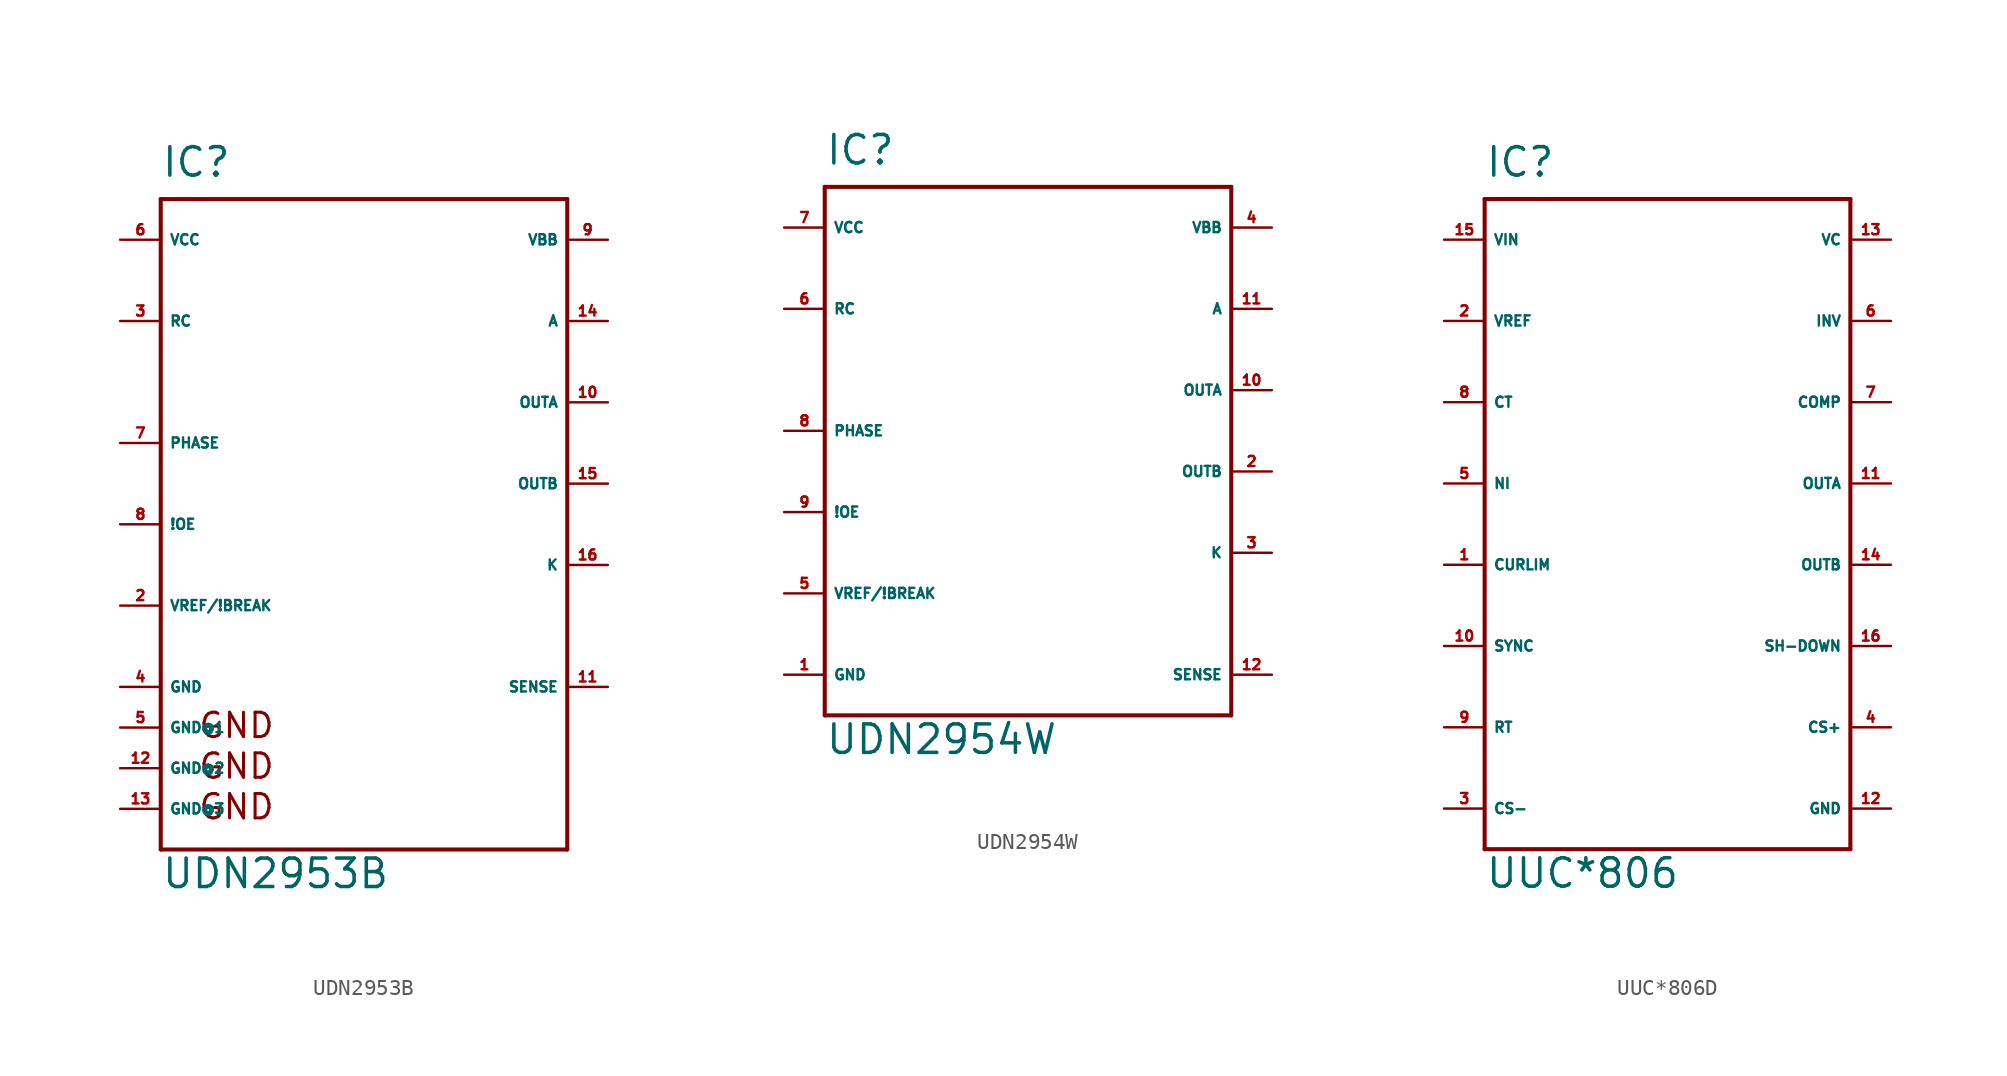
<source format=kicad_sym>
(kicad_symbol_lib
  (version 20220914)
  (generator Eagle2Kicad)
  (symbol "UDN2953B"
    (property "Reference" "IC"
      (at -12.7 16.51 0)
      (effects (font (size 1.778 1.778) (thickness 0.22)) (justify left bottom)))
    (property "Value" "UDN2953B"
      (at -12.7 -27.94 0)
      (effects (font (size 1.778 1.778) (thickness 0.22)) (justify left bottom)))
    (polyline
      (pts (xy -12.7 15.24) (xy 12.7 15.24))
      (stroke (width 0.254) (type default))
      (fill (type none)))
    (polyline
      (pts (xy 12.7 15.24) (xy 12.7 -25.4))
      (stroke (width 0.254) (type default))
      (fill (type none)))
    (polyline
      (pts (xy 12.7 -25.4) (xy -12.7 -25.4))
      (stroke (width 0.254) (type default))
      (fill (type none)))
    (polyline
      (pts (xy -12.7 -25.4) (xy -12.7 15.24))
      (stroke (width 0.254) (type default))
      (fill (type none)))
    (text "GND"
      (at -10.414 -18.542 0)
      (effects (font (size 1.524 1.524) (thickness 0.19)) (justify left bottom)))
    (text "GND"
      (at -10.414 -21.082 0)
      (effects (font (size 1.524 1.524) (thickness 0.19)) (justify left bottom)))
    (text "GND"
      (at -10.414 -23.622 0)
      (effects (font (size 1.524 1.524) (thickness 0.19)) (justify left bottom)))
    (pin unspecified line
      (at -15.24 -15.24 0)
      (length 2.54)
      (name "GND" (effects (font (size 0.635 0.635) (thickness 0.08)) (justify left bottom)))
      (number "4" (effects (font (size 0.635 0.635) (thickness 0.08)) (justify left bottom))))
    (pin unspecified line
      (at -15.24 12.7 0)
      (length 2.54)
      (name "VCC" (effects (font (size 0.635 0.635) (thickness 0.08)) (justify left bottom)))
      (number "6" (effects (font (size 0.635 0.635) (thickness 0.08)) (justify left bottom))))
    (pin input line
      (at 15.24 7.62 180)
      (length 2.54)
      (name "A" (effects (font (size 0.635 0.635) (thickness 0.08)) (justify left bottom)))
      (number "14" (effects (font (size 0.635 0.635) (thickness 0.08)) (justify left bottom))))
    (pin input line
      (at 15.24 -7.62 180)
      (length 2.54)
      (name "K" (effects (font (size 0.635 0.635) (thickness 0.08)) (justify left bottom)))
      (number "16" (effects (font (size 0.635 0.635) (thickness 0.08)) (justify left bottom))))
    (pin input line
      (at -15.24 -10.16 0)
      (length 2.54)
      (name "VREF/!BREAK" (effects (font (size 0.635 0.635) (thickness 0.08)) (justify left bottom)))
      (number "2" (effects (font (size 0.635 0.635) (thickness 0.08)) (justify left bottom))))
    (pin input line
      (at -15.24 7.62 0)
      (length 2.54)
      (name "RC" (effects (font (size 0.635 0.635) (thickness 0.08)) (justify left bottom)))
      (number "3" (effects (font (size 0.635 0.635) (thickness 0.08)) (justify left bottom))))
    (pin input line
      (at -15.24 0 0)
      (length 2.54)
      (name "PHASE" (effects (font (size 0.635 0.635) (thickness 0.08)) (justify left bottom)))
      (number "7" (effects (font (size 0.635 0.635) (thickness 0.08)) (justify left bottom))))
    (pin input line
      (at -15.24 -5.08 0)
      (length 2.54)
      (name "!OE" (effects (font (size 0.635 0.635) (thickness 0.08)) (justify left bottom)))
      (number "8" (effects (font (size 0.635 0.635) (thickness 0.08)) (justify left bottom))))
    (pin output line
      (at 15.24 2.54 180)
      (length 2.54)
      (name "OUTA" (effects (font (size 0.635 0.635) (thickness 0.08)) (justify left bottom)))
      (number "10" (effects (font (size 0.635 0.635) (thickness 0.08)) (justify left bottom))))
    (pin output line
      (at 15.24 -2.54 180)
      (length 2.54)
      (name "OUTB" (effects (font (size 0.635 0.635) (thickness 0.08)) (justify left bottom)))
      (number "15" (effects (font (size 0.635 0.635) (thickness 0.08)) (justify left bottom))))
    (pin input line
      (at 15.24 -15.24 180)
      (length 2.54)
      (name "SENSE" (effects (font (size 0.635 0.635) (thickness 0.08)) (justify left bottom)))
      (number "11" (effects (font (size 0.635 0.635) (thickness 0.08)) (justify left bottom))))
    (pin unspecified line
      (at 15.24 12.7 180)
      (length 2.54)
      (name "VBB" (effects (font (size 0.635 0.635) (thickness 0.08)) (justify left bottom)))
      (number "9" (effects (font (size 0.635 0.635) (thickness 0.08)) (justify left bottom))))
    (pin unspecified line
      (at -15.24 -17.78 0)
      (length 2.54)
      (name "GND@1" (effects (font (size 0.635 0.635) (thickness 0.08)) (justify left bottom)))
      (number "5" (effects (font (size 0.635 0.635) (thickness 0.08)) (justify left bottom))))
    (pin unspecified line
      (at -15.24 -20.32 0)
      (length 2.54)
      (name "GND@2" (effects (font (size 0.635 0.635) (thickness 0.08)) (justify left bottom)))
      (number "12" (effects (font (size 0.635 0.635) (thickness 0.08)) (justify left bottom))))
    (pin unspecified line
      (at -15.24 -22.86 0)
      (length 2.54)
      (name "GND@3" (effects (font (size 0.635 0.635) (thickness 0.08)) (justify left bottom)))
      (number "13" (effects (font (size 0.635 0.635) (thickness 0.08)) (justify left bottom)))))
  (symbol "UDN2954W"
    (property "Reference" "IC"
      (at -12.7 16.51 0)
      (effects (font (size 1.778 1.778) (thickness 0.22)) (justify left bottom)))
    (property "Value" "UDN2954W"
      (at -12.7 -20.32 0)
      (effects (font (size 1.778 1.778) (thickness 0.22)) (justify left bottom)))
    (polyline
      (pts (xy -12.7 15.24) (xy 12.7 15.24))
      (stroke (width 0.254) (type default))
      (fill (type none)))
    (polyline
      (pts (xy 12.7 15.24) (xy 12.7 -17.78))
      (stroke (width 0.254) (type default))
      (fill (type none)))
    (polyline
      (pts (xy 12.7 -17.78) (xy -12.7 -17.78))
      (stroke (width 0.254) (type default))
      (fill (type none)))
    (polyline
      (pts (xy -12.7 -17.78) (xy -12.7 15.24))
      (stroke (width 0.254) (type default))
      (fill (type none)))
    (pin unspecified line
      (at -15.24 -15.24 0)
      (length 2.54)
      (name "GND" (effects (font (size 0.635 0.635) (thickness 0.08)) (justify left bottom)))
      (number "1" (effects (font (size 0.635 0.635) (thickness 0.08)) (justify left bottom))))
    (pin unspecified line
      (at -15.24 12.7 0)
      (length 2.54)
      (name "VCC" (effects (font (size 0.635 0.635) (thickness 0.08)) (justify left bottom)))
      (number "7" (effects (font (size 0.635 0.635) (thickness 0.08)) (justify left bottom))))
    (pin input line
      (at 15.24 7.62 180)
      (length 2.54)
      (name "A" (effects (font (size 0.635 0.635) (thickness 0.08)) (justify left bottom)))
      (number "11" (effects (font (size 0.635 0.635) (thickness 0.08)) (justify left bottom))))
    (pin input line
      (at 15.24 -7.62 180)
      (length 2.54)
      (name "K" (effects (font (size 0.635 0.635) (thickness 0.08)) (justify left bottom)))
      (number "3" (effects (font (size 0.635 0.635) (thickness 0.08)) (justify left bottom))))
    (pin input line
      (at -15.24 -10.16 0)
      (length 2.54)
      (name "VREF/!BREAK" (effects (font (size 0.635 0.635) (thickness 0.08)) (justify left bottom)))
      (number "5" (effects (font (size 0.635 0.635) (thickness 0.08)) (justify left bottom))))
    (pin input line
      (at -15.24 7.62 0)
      (length 2.54)
      (name "RC" (effects (font (size 0.635 0.635) (thickness 0.08)) (justify left bottom)))
      (number "6" (effects (font (size 0.635 0.635) (thickness 0.08)) (justify left bottom))))
    (pin input line
      (at -15.24 0 0)
      (length 2.54)
      (name "PHASE" (effects (font (size 0.635 0.635) (thickness 0.08)) (justify left bottom)))
      (number "8" (effects (font (size 0.635 0.635) (thickness 0.08)) (justify left bottom))))
    (pin input line
      (at -15.24 -5.08 0)
      (length 2.54)
      (name "!OE" (effects (font (size 0.635 0.635) (thickness 0.08)) (justify left bottom)))
      (number "9" (effects (font (size 0.635 0.635) (thickness 0.08)) (justify left bottom))))
    (pin output line
      (at 15.24 2.54 180)
      (length 2.54)
      (name "OUTA" (effects (font (size 0.635 0.635) (thickness 0.08)) (justify left bottom)))
      (number "10" (effects (font (size 0.635 0.635) (thickness 0.08)) (justify left bottom))))
    (pin output line
      (at 15.24 -2.54 180)
      (length 2.54)
      (name "OUTB" (effects (font (size 0.635 0.635) (thickness 0.08)) (justify left bottom)))
      (number "2" (effects (font (size 0.635 0.635) (thickness 0.08)) (justify left bottom))))
    (pin input line
      (at 15.24 -15.24 180)
      (length 2.54)
      (name "SENSE" (effects (font (size 0.635 0.635) (thickness 0.08)) (justify left bottom)))
      (number "12" (effects (font (size 0.635 0.635) (thickness 0.08)) (justify left bottom))))
    (pin unspecified line
      (at 15.24 12.7 180)
      (length 2.54)
      (name "VBB" (effects (font (size 0.635 0.635) (thickness 0.08)) (justify left bottom)))
      (number "4" (effects (font (size 0.635 0.635) (thickness 0.08)) (justify left bottom)))))
  (symbol "UUC*806D"
    (property "Reference" "IC"
      (at -10.16 21.59 0)
      (effects (font (size 1.778 1.778) (thickness 0.22)) (justify left bottom)))
    (property "Value" "UUC*806"
      (at -10.16 -22.86 0)
      (effects (font (size 1.778 1.778) (thickness 0.22)) (justify left bottom)))
    (polyline
      (pts (xy -10.16 20.32) (xy 12.7 20.32))
      (stroke (width 0.254) (type default))
      (fill (type none)))
    (polyline
      (pts (xy 12.7 20.32) (xy 12.7 -20.32))
      (stroke (width 0.254) (type default))
      (fill (type none)))
    (polyline
      (pts (xy 12.7 -20.32) (xy -10.16 -20.32))
      (stroke (width 0.254) (type default))
      (fill (type none)))
    (polyline
      (pts (xy -10.16 -20.32) (xy -10.16 20.32))
      (stroke (width 0.254) (type default))
      (fill (type none)))
    (pin input line
      (at -12.7 17.78 0)
      (length 2.54)
      (name "VIN" (effects (font (size 0.635 0.635) (thickness 0.08)) (justify left bottom)))
      (number "15" (effects (font (size 0.635 0.635) (thickness 0.08)) (justify left bottom))))
    (pin input line
      (at -12.7 12.7 0)
      (length 2.54)
      (name "VREF" (effects (font (size 0.635 0.635) (thickness 0.08)) (justify left bottom)))
      (number "2" (effects (font (size 0.635 0.635) (thickness 0.08)) (justify left bottom))))
    (pin input line
      (at -12.7 7.62 0)
      (length 2.54)
      (name "CT" (effects (font (size 0.635 0.635) (thickness 0.08)) (justify left bottom)))
      (number "8" (effects (font (size 0.635 0.635) (thickness 0.08)) (justify left bottom))))
    (pin input line
      (at -12.7 2.54 0)
      (length 2.54)
      (name "NI" (effects (font (size 0.635 0.635) (thickness 0.08)) (justify left bottom)))
      (number "5" (effects (font (size 0.635 0.635) (thickness 0.08)) (justify left bottom))))
    (pin input line
      (at -12.7 -2.54 0)
      (length 2.54)
      (name "CURLIM" (effects (font (size 0.635 0.635) (thickness 0.08)) (justify left bottom)))
      (number "1" (effects (font (size 0.635 0.635) (thickness 0.08)) (justify left bottom))))
    (pin input line
      (at -12.7 -7.62 0)
      (length 2.54)
      (name "SYNC" (effects (font (size 0.635 0.635) (thickness 0.08)) (justify left bottom)))
      (number "10" (effects (font (size 0.635 0.635) (thickness 0.08)) (justify left bottom))))
    (pin input line
      (at -12.7 -12.7 0)
      (length 2.54)
      (name "RT" (effects (font (size 0.635 0.635) (thickness 0.08)) (justify left bottom)))
      (number "9" (effects (font (size 0.635 0.635) (thickness 0.08)) (justify left bottom))))
    (pin input line
      (at -12.7 -17.78 0)
      (length 2.54)
      (name "CS-" (effects (font (size 0.635 0.635) (thickness 0.08)) (justify left bottom)))
      (number "3" (effects (font (size 0.635 0.635) (thickness 0.08)) (justify left bottom))))
    (pin unspecified line
      (at 15.24 -17.78 180)
      (length 2.54)
      (name "GND" (effects (font (size 0.635 0.635) (thickness 0.08)) (justify left bottom)))
      (number "12" (effects (font (size 0.635 0.635) (thickness 0.08)) (justify left bottom))))
    (pin input line
      (at 15.24 -12.7 180)
      (length 2.54)
      (name "CS+" (effects (font (size 0.635 0.635) (thickness 0.08)) (justify left bottom)))
      (number "4" (effects (font (size 0.635 0.635) (thickness 0.08)) (justify left bottom))))
    (pin input line
      (at 15.24 -7.62 180)
      (length 2.54)
      (name "SH-DOWN" (effects (font (size 0.635 0.635) (thickness 0.08)) (justify left bottom)))
      (number "16" (effects (font (size 0.635 0.635) (thickness 0.08)) (justify left bottom))))
    (pin output line
      (at 15.24 -2.54 180)
      (length 2.54)
      (name "OUTB" (effects (font (size 0.635 0.635) (thickness 0.08)) (justify left bottom)))
      (number "14" (effects (font (size 0.635 0.635) (thickness 0.08)) (justify left bottom))))
    (pin output line
      (at 15.24 2.54 180)
      (length 2.54)
      (name "OUTA" (effects (font (size 0.635 0.635) (thickness 0.08)) (justify left bottom)))
      (number "11" (effects (font (size 0.635 0.635) (thickness 0.08)) (justify left bottom))))
    (pin input line
      (at 15.24 7.62 180)
      (length 2.54)
      (name "COMP" (effects (font (size 0.635 0.635) (thickness 0.08)) (justify left bottom)))
      (number "7" (effects (font (size 0.635 0.635) (thickness 0.08)) (justify left bottom))))
    (pin input line
      (at 15.24 12.7 180)
      (length 2.54)
      (name "INV" (effects (font (size 0.635 0.635) (thickness 0.08)) (justify left bottom)))
      (number "6" (effects (font (size 0.635 0.635) (thickness 0.08)) (justify left bottom))))
    (pin unspecified line
      (at 15.24 17.78 180)
      (length 2.54)
      (name "VC" (effects (font (size 0.635 0.635) (thickness 0.08)) (justify left bottom)))
      (number "13" (effects (font (size 0.635 0.635) (thickness 0.08)) (justify left bottom))))))
</source>
